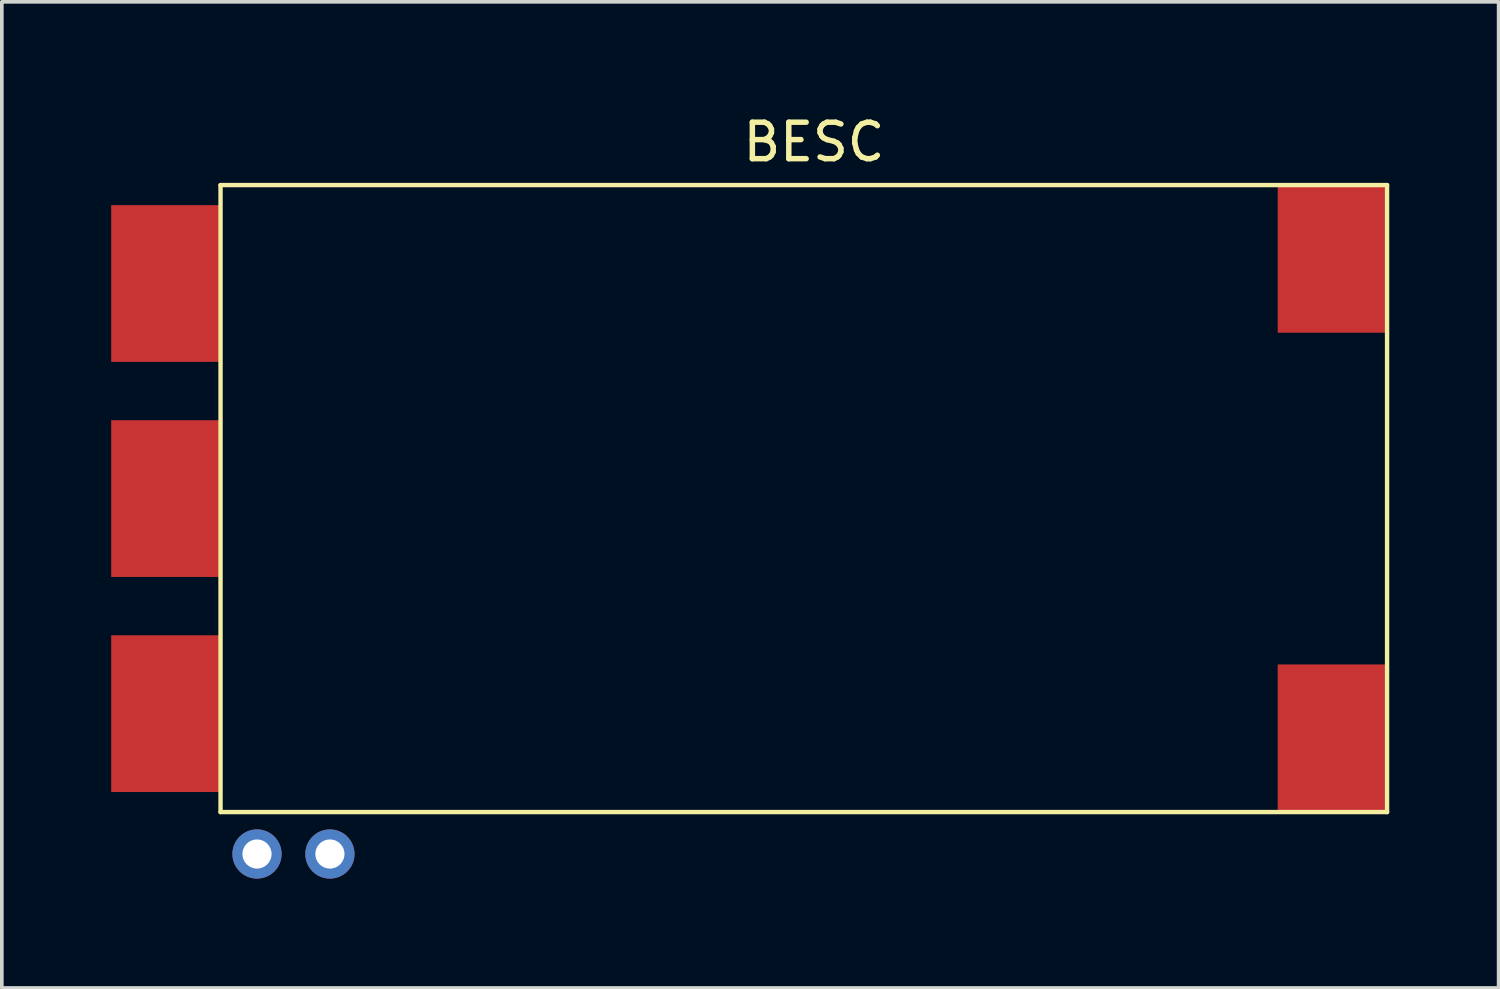
<source format=kicad_pcb>
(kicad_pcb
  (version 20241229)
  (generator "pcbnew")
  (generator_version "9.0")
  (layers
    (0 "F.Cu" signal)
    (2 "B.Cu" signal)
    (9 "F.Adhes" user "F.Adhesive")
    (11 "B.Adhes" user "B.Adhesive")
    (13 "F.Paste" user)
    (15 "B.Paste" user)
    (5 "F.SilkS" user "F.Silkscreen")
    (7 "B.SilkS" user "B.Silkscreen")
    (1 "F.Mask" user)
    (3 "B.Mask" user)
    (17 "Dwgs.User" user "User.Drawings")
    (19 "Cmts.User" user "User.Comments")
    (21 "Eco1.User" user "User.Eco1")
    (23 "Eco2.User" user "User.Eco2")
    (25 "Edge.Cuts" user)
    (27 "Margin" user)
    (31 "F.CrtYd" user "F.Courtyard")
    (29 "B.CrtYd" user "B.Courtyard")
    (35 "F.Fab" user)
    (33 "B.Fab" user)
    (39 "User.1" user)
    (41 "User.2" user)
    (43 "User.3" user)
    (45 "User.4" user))
  (footprint "BESC"
    (layer "F.Cu")
    (at 19 10.627)
    (property "Reference" "BESC" (at 0.279 -9.779 0) (layer "F.SilkS") (effects (font (size 1 1) (thickness 0.15))))
    (attr through_hole)
    (fp_line (start -16 -8.6) (end -16 8.6) (stroke (width 0.12) (type solid)) (layer "F.SilkS"))
    (fp_line (start -16 8.6) (end 16 8.6) (stroke (width 0.12) (type solid)) (layer "F.SilkS"))
    (fp_line (start 16 -8.6) (end -16 -8.6) (stroke (width 0.12) (type solid)) (layer "F.SilkS"))
    (fp_line (start 16 8.6) (end 16 -8.6) (stroke (width 0.12) (type solid)) (layer "F.SilkS"))
    (pad "1" smd rect (at 14.5 6.55) (size 3 4) (layers "F.Cu" "F.Mask" "F.Paste"))
    (pad "2" thru_hole circle (at -13 9.75 180) (size 1.35 1.35) (drill 0.8) (layers "*.Cu" "*.Mask"))
    (pad "3" thru_hole circle (at -15 9.75 180) (size 1.35 1.35) (drill 0.8) (layers "*.Cu" "*.Mask"))
    (pad "4" smd rect (at 14.5 -6.55) (size 3 4) (layers "F.Cu" "F.Mask" "F.Paste"))
    (pad "5" smd rect (at -17.5 -5.9) (size 3 4.3) (layers "F.Cu" "F.Mask" "F.Paste"))
    (pad "6" smd rect (at -17.5 0) (size 3 4.3) (layers "F.Cu" "F.Mask" "F.Paste"))
    (pad "7" smd rect (at -17.5 5.9) (size 3 4.3) (layers "F.Cu" "F.Mask" "F.Paste")))
  (gr_rect
    (start -3 -3)
    (end 38.06 24.052)
    (stroke (width 0.1) (type default))
    (fill no)
    (layer "Edge.Cuts")))
</source>
